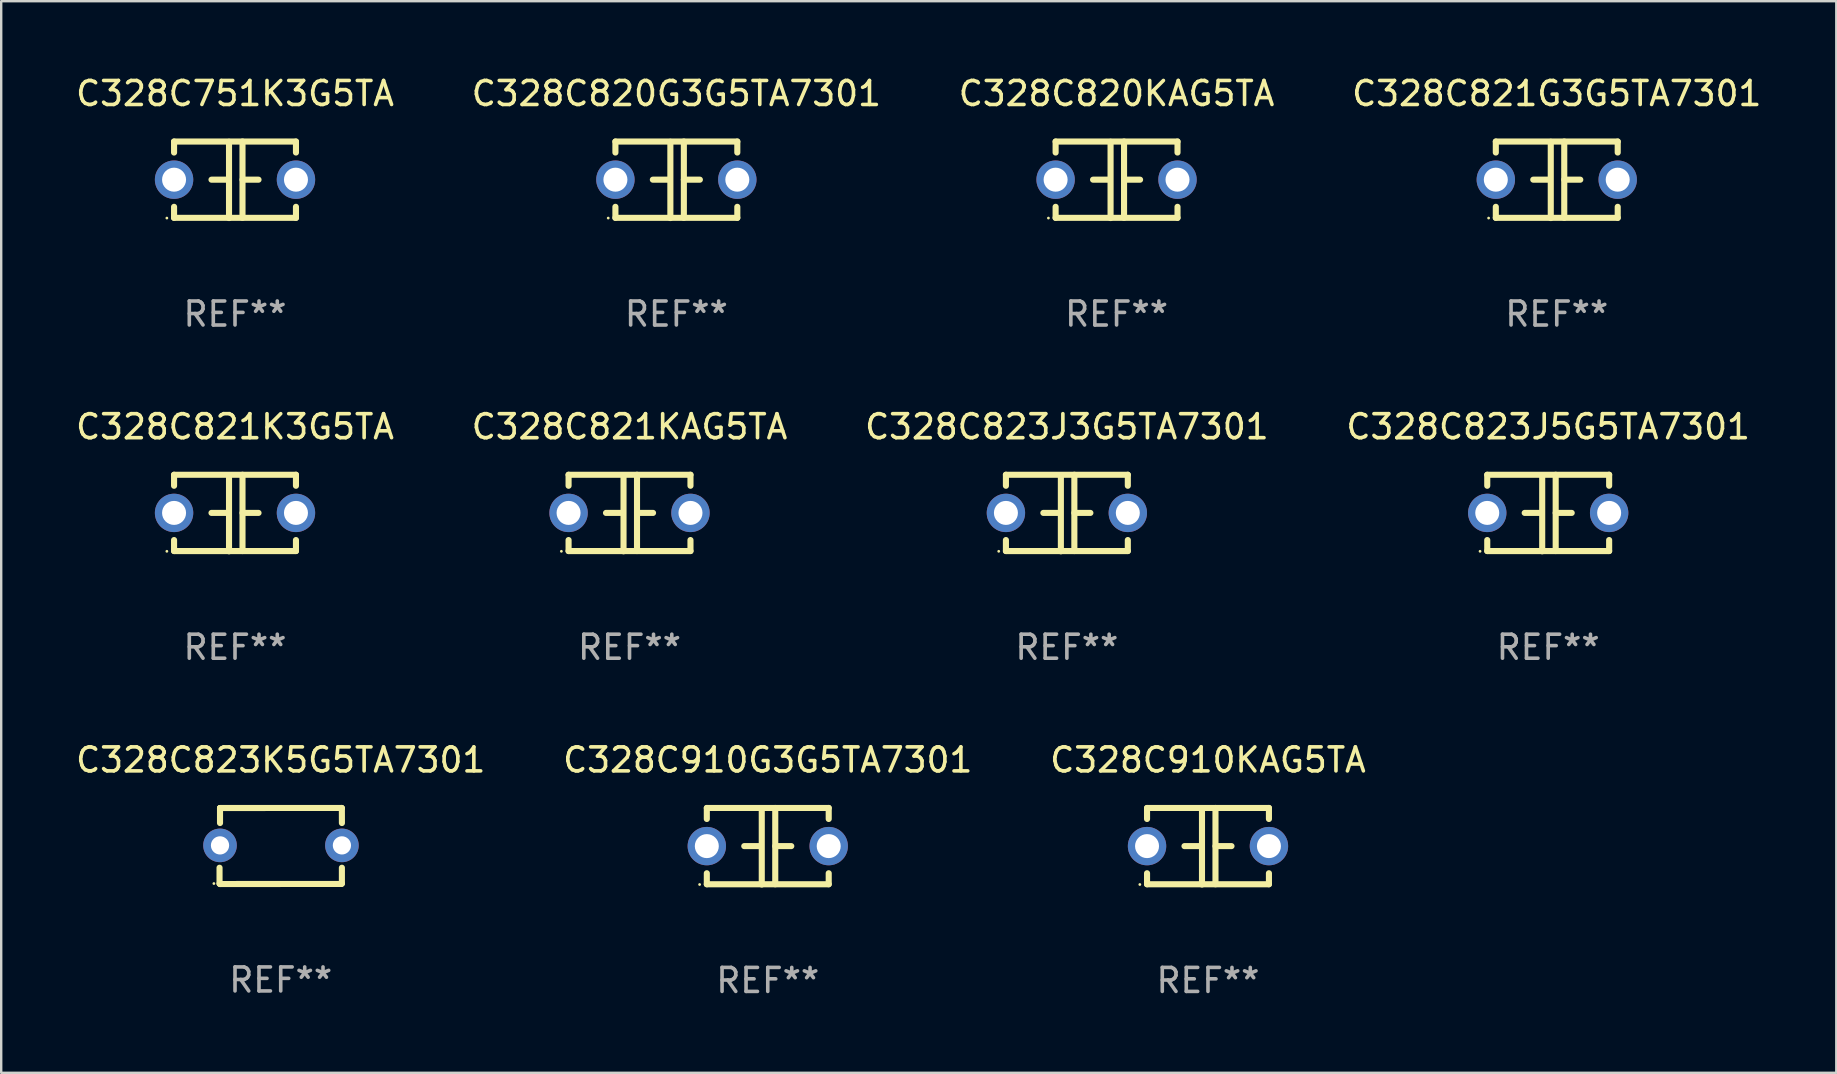
<source format=kicad_pcb>
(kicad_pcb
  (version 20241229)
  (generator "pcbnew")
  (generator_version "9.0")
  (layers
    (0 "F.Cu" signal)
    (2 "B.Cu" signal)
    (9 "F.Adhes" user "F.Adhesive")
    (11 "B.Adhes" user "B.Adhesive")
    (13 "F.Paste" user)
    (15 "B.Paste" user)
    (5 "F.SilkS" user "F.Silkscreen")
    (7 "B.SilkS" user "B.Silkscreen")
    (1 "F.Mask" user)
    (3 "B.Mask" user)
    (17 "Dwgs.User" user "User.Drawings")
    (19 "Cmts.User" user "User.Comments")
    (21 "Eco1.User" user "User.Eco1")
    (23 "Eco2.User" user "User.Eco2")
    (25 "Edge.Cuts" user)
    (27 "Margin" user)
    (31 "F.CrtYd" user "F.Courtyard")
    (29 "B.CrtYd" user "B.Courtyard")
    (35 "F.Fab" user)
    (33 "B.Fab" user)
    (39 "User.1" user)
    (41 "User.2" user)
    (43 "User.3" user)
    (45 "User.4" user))
  (footprint "C328C820KAG5TA"
    (layer "F.Cu")
    (at 43.482 4.443)
    (property "Reference" "C328C820KAG5TA" (at 0 -3.595 0) (layer "F.SilkS") (effects (font (size 1 1) (thickness 0.15))))
    (attr through_hole)
    (fp_line (start -2.54 -1.595) (end -2.54 -1.136) (stroke (width 0.254) (type solid)) (layer "F.SilkS"))
    (fp_line (start -2.54 -1.595) (end 2.54 -1.595) (stroke (width 0.254) (type solid)) (layer "F.SilkS"))
    (fp_line (start -2.54 1.126) (end -2.54 1.585) (stroke (width 0.254) (type solid)) (layer "F.SilkS"))
    (fp_line (start -0.312 -0.005) (end -0.98 -0.005) (stroke (width 0.254) (type solid)) (layer "F.SilkS"))
    (fp_line (start -0.25 -1.585) (end -0.25 1.595) (stroke (width 0.254) (type solid)) (layer "F.SilkS"))
    (fp_line (start 0.312 -1.595) (end 0.312 1.585) (stroke (width 0.254) (type solid)) (layer "F.SilkS"))
    (fp_line (start 0.312 -0.005) (end 0.98 -0.005) (stroke (width 0.254) (type solid)) (layer "F.SilkS"))
    (fp_line (start 2.54 -1.595) (end 2.54 -1.136) (stroke (width 0.254) (type solid)) (layer "F.SilkS"))
    (fp_line (start 2.54 1.126) (end 2.54 1.585) (stroke (width 0.254) (type solid)) (layer "F.SilkS"))
    (fp_line (start 2.54 1.585) (end -2.54 1.585) (stroke (width 0.254) (type solid)) (layer "F.SilkS"))
    (fp_circle (center -2.84 1.595) (end -2.81 1.595) (stroke (width 0.06) (type solid)) (fill no) (layer "F.SilkS"))
    (fp_text user "REF**" (at 0 5.595 0) (layer "F.Fab") (effects (font (size 1 1) (thickness 0.15))))
    (pad "1" thru_hole circle (at -2.54 -0.005) (size 1.6 1.6) (drill 1) (layers "*.Cu" "*.Mask"))
    (pad "2" thru_hole circle (at 2.54 -0.005) (size 1.6 1.6) (drill 1) (layers "*.Cu" "*.Mask")))
  (footprint "C328C823J3G5TA7301"
    (layer "F.Cu")
    (at 41.411 18.33)
    (property "Reference" "C328C823J3G5TA7301" (at 0 -3.595 0) (layer "F.SilkS") (effects (font (size 1 1) (thickness 0.15))))
    (attr through_hole)
    (fp_line (start -2.54 -1.595) (end -2.54 -1.136) (stroke (width 0.254) (type solid)) (layer "F.SilkS"))
    (fp_line (start -2.54 -1.595) (end 2.54 -1.595) (stroke (width 0.254) (type solid)) (layer "F.SilkS"))
    (fp_line (start -2.54 1.126) (end -2.54 1.585) (stroke (width 0.254) (type solid)) (layer "F.SilkS"))
    (fp_line (start -0.312 -0.005) (end -0.98 -0.005) (stroke (width 0.254) (type solid)) (layer "F.SilkS"))
    (fp_line (start -0.25 -1.585) (end -0.25 1.595) (stroke (width 0.254) (type solid)) (layer "F.SilkS"))
    (fp_line (start 0.312 -1.595) (end 0.312 1.585) (stroke (width 0.254) (type solid)) (layer "F.SilkS"))
    (fp_line (start 0.312 -0.005) (end 0.98 -0.005) (stroke (width 0.254) (type solid)) (layer "F.SilkS"))
    (fp_line (start 2.54 -1.595) (end 2.54 -1.136) (stroke (width 0.254) (type solid)) (layer "F.SilkS"))
    (fp_line (start 2.54 1.126) (end 2.54 1.585) (stroke (width 0.254) (type solid)) (layer "F.SilkS"))
    (fp_line (start 2.54 1.585) (end -2.54 1.585) (stroke (width 0.254) (type solid)) (layer "F.SilkS"))
    (fp_circle (center -2.84 1.595) (end -2.81 1.595) (stroke (width 0.06) (type solid)) (fill no) (layer "F.SilkS"))
    (fp_text user "REF**" (at 0 5.595 0) (layer "F.Fab") (effects (font (size 1 1) (thickness 0.15))))
    (pad "1" thru_hole circle (at -2.54 -0.005) (size 1.6 1.6) (drill 1) (layers "*.Cu" "*.Mask"))
    (pad "2" thru_hole circle (at 2.54 -0.005) (size 1.6 1.6) (drill 1) (layers "*.Cu" "*.Mask")))
  (footprint "C328C821KAG5TA"
    (layer "F.Cu")
    (at 23.185 18.33)
    (property "Reference" "C328C821KAG5TA" (at 0 -3.595 0) (layer "F.SilkS") (effects (font (size 1 1) (thickness 0.15))))
    (attr through_hole)
    (fp_line (start -2.54 -1.595) (end -2.54 -1.136) (stroke (width 0.254) (type solid)) (layer "F.SilkS"))
    (fp_line (start -2.54 -1.595) (end 2.54 -1.595) (stroke (width 0.254) (type solid)) (layer "F.SilkS"))
    (fp_line (start -2.54 1.126) (end -2.54 1.585) (stroke (width 0.254) (type solid)) (layer "F.SilkS"))
    (fp_line (start -0.312 -0.005) (end -0.98 -0.005) (stroke (width 0.254) (type solid)) (layer "F.SilkS"))
    (fp_line (start -0.25 -1.585) (end -0.25 1.595) (stroke (width 0.254) (type solid)) (layer "F.SilkS"))
    (fp_line (start 0.312 -1.595) (end 0.312 1.585) (stroke (width 0.254) (type solid)) (layer "F.SilkS"))
    (fp_line (start 0.312 -0.005) (end 0.98 -0.005) (stroke (width 0.254) (type solid)) (layer "F.SilkS"))
    (fp_line (start 2.54 -1.595) (end 2.54 -1.136) (stroke (width 0.254) (type solid)) (layer "F.SilkS"))
    (fp_line (start 2.54 1.126) (end 2.54 1.585) (stroke (width 0.254) (type solid)) (layer "F.SilkS"))
    (fp_line (start 2.54 1.585) (end -2.54 1.585) (stroke (width 0.254) (type solid)) (layer "F.SilkS"))
    (fp_circle (center -2.84 1.595) (end -2.81 1.595) (stroke (width 0.06) (type solid)) (fill no) (layer "F.SilkS"))
    (fp_text user "REF**" (at 0 5.595 0) (layer "F.Fab") (effects (font (size 1 1) (thickness 0.15))))
    (pad "1" thru_hole circle (at -2.54 -0.005) (size 1.6 1.6) (drill 1) (layers "*.Cu" "*.Mask"))
    (pad "2" thru_hole circle (at 2.54 -0.005) (size 1.6 1.6) (drill 1) (layers "*.Cu" "*.Mask")))
  (footprint "C328C820G3G5TA7301"
    (layer "F.Cu")
    (at 25.137 4.443)
    (property "Reference" "C328C820G3G5TA7301" (at 0 -3.595 0) (layer "F.SilkS") (effects (font (size 1 1) (thickness 0.15))))
    (attr through_hole)
    (fp_line (start -2.54 -1.595) (end -2.54 -1.136) (stroke (width 0.254) (type solid)) (layer "F.SilkS"))
    (fp_line (start -2.54 -1.595) (end 2.54 -1.595) (stroke (width 0.254) (type solid)) (layer "F.SilkS"))
    (fp_line (start -2.54 1.126) (end -2.54 1.585) (stroke (width 0.254) (type solid)) (layer "F.SilkS"))
    (fp_line (start -0.312 -0.005) (end -0.98 -0.005) (stroke (width 0.254) (type solid)) (layer "F.SilkS"))
    (fp_line (start -0.25 -1.585) (end -0.25 1.595) (stroke (width 0.254) (type solid)) (layer "F.SilkS"))
    (fp_line (start 0.312 -1.595) (end 0.312 1.585) (stroke (width 0.254) (type solid)) (layer "F.SilkS"))
    (fp_line (start 0.312 -0.005) (end 0.98 -0.005) (stroke (width 0.254) (type solid)) (layer "F.SilkS"))
    (fp_line (start 2.54 -1.595) (end 2.54 -1.136) (stroke (width 0.254) (type solid)) (layer "F.SilkS"))
    (fp_line (start 2.54 1.126) (end 2.54 1.585) (stroke (width 0.254) (type solid)) (layer "F.SilkS"))
    (fp_line (start 2.54 1.585) (end -2.54 1.585) (stroke (width 0.254) (type solid)) (layer "F.SilkS"))
    (fp_circle (center -2.84 1.595) (end -2.81 1.595) (stroke (width 0.06) (type solid)) (fill no) (layer "F.SilkS"))
    (fp_text user "REF**" (at 0 5.595 0) (layer "F.Fab") (effects (font (size 1 1) (thickness 0.15))))
    (pad "1" thru_hole circle (at -2.54 -0.005) (size 1.6 1.6) (drill 1) (layers "*.Cu" "*.Mask"))
    (pad "2" thru_hole circle (at 2.54 -0.005) (size 1.6 1.6) (drill 1) (layers "*.Cu" "*.Mask")))
  (footprint "C328C751K3G5TA"
    (layer "F.Cu")
    (at 6.744 4.443)
    (property "Reference" "C328C751K3G5TA" (at 0 -3.595 0) (layer "F.SilkS") (effects (font (size 1 1) (thickness 0.15))))
    (attr through_hole)
    (fp_line (start -2.54 -1.595) (end -2.54 -1.136) (stroke (width 0.254) (type solid)) (layer "F.SilkS"))
    (fp_line (start -2.54 -1.595) (end 2.54 -1.595) (stroke (width 0.254) (type solid)) (layer "F.SilkS"))
    (fp_line (start -2.54 1.126) (end -2.54 1.585) (stroke (width 0.254) (type solid)) (layer "F.SilkS"))
    (fp_line (start -0.312 -0.005) (end -0.98 -0.005) (stroke (width 0.254) (type solid)) (layer "F.SilkS"))
    (fp_line (start -0.25 -1.585) (end -0.25 1.595) (stroke (width 0.254) (type solid)) (layer "F.SilkS"))
    (fp_line (start 0.312 -1.595) (end 0.312 1.585) (stroke (width 0.254) (type solid)) (layer "F.SilkS"))
    (fp_line (start 0.312 -0.005) (end 0.98 -0.005) (stroke (width 0.254) (type solid)) (layer "F.SilkS"))
    (fp_line (start 2.54 -1.595) (end 2.54 -1.136) (stroke (width 0.254) (type solid)) (layer "F.SilkS"))
    (fp_line (start 2.54 1.126) (end 2.54 1.585) (stroke (width 0.254) (type solid)) (layer "F.SilkS"))
    (fp_line (start 2.54 1.585) (end -2.54 1.585) (stroke (width 0.254) (type solid)) (layer "F.SilkS"))
    (fp_circle (center -2.84 1.595) (end -2.81 1.595) (stroke (width 0.06) (type solid)) (fill no) (layer "F.SilkS"))
    (fp_text user "REF**" (at 0 5.595 0) (layer "F.Fab") (effects (font (size 1 1) (thickness 0.15))))
    (pad "1" thru_hole circle (at -2.54 -0.005) (size 1.6 1.6) (drill 1) (layers "*.Cu" "*.Mask"))
    (pad "2" thru_hole circle (at 2.54 -0.005) (size 1.6 1.6) (drill 1) (layers "*.Cu" "*.Mask")))
  (footprint "C328C821K3G5TA"
    (layer "F.Cu")
    (at 6.744 18.33)
    (property "Reference" "C328C821K3G5TA" (at 0 -3.595 0) (layer "F.SilkS") (effects (font (size 1 1) (thickness 0.15))))
    (attr through_hole)
    (fp_line (start -2.54 -1.595) (end -2.54 -1.136) (stroke (width 0.254) (type solid)) (layer "F.SilkS"))
    (fp_line (start -2.54 -1.595) (end 2.54 -1.595) (stroke (width 0.254) (type solid)) (layer "F.SilkS"))
    (fp_line (start -2.54 1.126) (end -2.54 1.585) (stroke (width 0.254) (type solid)) (layer "F.SilkS"))
    (fp_line (start -0.312 -0.005) (end -0.98 -0.005) (stroke (width 0.254) (type solid)) (layer "F.SilkS"))
    (fp_line (start -0.25 -1.585) (end -0.25 1.595) (stroke (width 0.254) (type solid)) (layer "F.SilkS"))
    (fp_line (start 0.312 -1.595) (end 0.312 1.585) (stroke (width 0.254) (type solid)) (layer "F.SilkS"))
    (fp_line (start 0.312 -0.005) (end 0.98 -0.005) (stroke (width 0.254) (type solid)) (layer "F.SilkS"))
    (fp_line (start 2.54 -1.595) (end 2.54 -1.136) (stroke (width 0.254) (type solid)) (layer "F.SilkS"))
    (fp_line (start 2.54 1.126) (end 2.54 1.585) (stroke (width 0.254) (type solid)) (layer "F.SilkS"))
    (fp_line (start 2.54 1.585) (end -2.54 1.585) (stroke (width 0.254) (type solid)) (layer "F.SilkS"))
    (fp_circle (center -2.84 1.595) (end -2.81 1.595) (stroke (width 0.06) (type solid)) (fill no) (layer "F.SilkS"))
    (fp_text user "REF**" (at 0 5.595 0) (layer "F.Fab") (effects (font (size 1 1) (thickness 0.15))))
    (pad "1" thru_hole circle (at -2.54 -0.005) (size 1.6 1.6) (drill 1) (layers "*.Cu" "*.Mask"))
    (pad "2" thru_hole circle (at 2.54 -0.005) (size 1.6 1.6) (drill 1) (layers "*.Cu" "*.Mask")))
  (footprint "C328C910G3G5TA7301"
    (layer "F.Cu")
    (at 28.946 32.216)
    (property "Reference" "C328C910G3G5TA7301" (at 0 -3.595 0) (layer "F.SilkS") (effects (font (size 1 1) (thickness 0.15))))
    (attr through_hole)
    (fp_line (start -2.54 -1.595) (end -2.54 -1.136) (stroke (width 0.254) (type solid)) (layer "F.SilkS"))
    (fp_line (start -2.54 -1.595) (end 2.54 -1.595) (stroke (width 0.254) (type solid)) (layer "F.SilkS"))
    (fp_line (start -2.54 1.126) (end -2.54 1.585) (stroke (width 0.254) (type solid)) (layer "F.SilkS"))
    (fp_line (start -0.312 -0.005) (end -0.98 -0.005) (stroke (width 0.254) (type solid)) (layer "F.SilkS"))
    (fp_line (start -0.25 -1.585) (end -0.25 1.595) (stroke (width 0.254) (type solid)) (layer "F.SilkS"))
    (fp_line (start 0.312 -1.595) (end 0.312 1.585) (stroke (width 0.254) (type solid)) (layer "F.SilkS"))
    (fp_line (start 0.312 -0.005) (end 0.98 -0.005) (stroke (width 0.254) (type solid)) (layer "F.SilkS"))
    (fp_line (start 2.54 -1.595) (end 2.54 -1.136) (stroke (width 0.254) (type solid)) (layer "F.SilkS"))
    (fp_line (start 2.54 1.126) (end 2.54 1.585) (stroke (width 0.254) (type solid)) (layer "F.SilkS"))
    (fp_line (start 2.54 1.585) (end -2.54 1.585) (stroke (width 0.254) (type solid)) (layer "F.SilkS"))
    (fp_circle (center -2.84 1.595) (end -2.81 1.595) (stroke (width 0.06) (type solid)) (fill no) (layer "F.SilkS"))
    (fp_text user "REF**" (at 0 5.595 0) (layer "F.Fab") (effects (font (size 1 1) (thickness 0.15))))
    (pad "1" thru_hole circle (at -2.54 -0.005) (size 1.6 1.6) (drill 1) (layers "*.Cu" "*.Mask"))
    (pad "2" thru_hole circle (at 2.54 -0.005) (size 1.6 1.6) (drill 1) (layers "*.Cu" "*.Mask")))
  (footprint "C328C821G3G5TA7301"
    (layer "F.Cu")
    (at 61.827 4.443)
    (property "Reference" "C328C821G3G5TA7301" (at 0 -3.595 0) (layer "F.SilkS") (effects (font (size 1 1) (thickness 0.15))))
    (attr through_hole)
    (fp_line (start -2.54 -1.595) (end -2.54 -1.136) (stroke (width 0.254) (type solid)) (layer "F.SilkS"))
    (fp_line (start -2.54 -1.595) (end 2.54 -1.595) (stroke (width 0.254) (type solid)) (layer "F.SilkS"))
    (fp_line (start -2.54 1.126) (end -2.54 1.585) (stroke (width 0.254) (type solid)) (layer "F.SilkS"))
    (fp_line (start -0.312 -0.005) (end -0.98 -0.005) (stroke (width 0.254) (type solid)) (layer "F.SilkS"))
    (fp_line (start -0.25 -1.585) (end -0.25 1.595) (stroke (width 0.254) (type solid)) (layer "F.SilkS"))
    (fp_line (start 0.312 -1.595) (end 0.312 1.585) (stroke (width 0.254) (type solid)) (layer "F.SilkS"))
    (fp_line (start 0.312 -0.005) (end 0.98 -0.005) (stroke (width 0.254) (type solid)) (layer "F.SilkS"))
    (fp_line (start 2.54 -1.595) (end 2.54 -1.136) (stroke (width 0.254) (type solid)) (layer "F.SilkS"))
    (fp_line (start 2.54 1.126) (end 2.54 1.585) (stroke (width 0.254) (type solid)) (layer "F.SilkS"))
    (fp_line (start 2.54 1.585) (end -2.54 1.585) (stroke (width 0.254) (type solid)) (layer "F.SilkS"))
    (fp_circle (center -2.84 1.595) (end -2.81 1.595) (stroke (width 0.06) (type solid)) (fill no) (layer "F.SilkS"))
    (fp_text user "REF**" (at 0 5.595 0) (layer "F.Fab") (effects (font (size 1 1) (thickness 0.15))))
    (pad "1" thru_hole circle (at -2.54 -0.005) (size 1.6 1.6) (drill 1) (layers "*.Cu" "*.Mask"))
    (pad "2" thru_hole circle (at 2.54 -0.005) (size 1.6 1.6) (drill 1) (layers "*.Cu" "*.Mask")))
  (footprint "C328C823J5G5TA7301"
    (layer "F.Cu")
    (at 61.47 18.33)
    (property "Reference" "C328C823J5G5TA7301" (at 0 -3.595 0) (layer "F.SilkS") (effects (font (size 1 1) (thickness 0.15))))
    (attr through_hole)
    (fp_line (start -2.54 -1.595) (end -2.54 -1.136) (stroke (width 0.254) (type solid)) (layer "F.SilkS"))
    (fp_line (start -2.54 -1.595) (end 2.54 -1.595) (stroke (width 0.254) (type solid)) (layer "F.SilkS"))
    (fp_line (start -2.54 1.126) (end -2.54 1.585) (stroke (width 0.254) (type solid)) (layer "F.SilkS"))
    (fp_line (start -0.312 -0.005) (end -0.98 -0.005) (stroke (width 0.254) (type solid)) (layer "F.SilkS"))
    (fp_line (start -0.25 -1.585) (end -0.25 1.595) (stroke (width 0.254) (type solid)) (layer "F.SilkS"))
    (fp_line (start 0.312 -1.595) (end 0.312 1.585) (stroke (width 0.254) (type solid)) (layer "F.SilkS"))
    (fp_line (start 0.312 -0.005) (end 0.98 -0.005) (stroke (width 0.254) (type solid)) (layer "F.SilkS"))
    (fp_line (start 2.54 -1.595) (end 2.54 -1.136) (stroke (width 0.254) (type solid)) (layer "F.SilkS"))
    (fp_line (start 2.54 1.126) (end 2.54 1.585) (stroke (width 0.254) (type solid)) (layer "F.SilkS"))
    (fp_line (start 2.54 1.585) (end -2.54 1.585) (stroke (width 0.254) (type solid)) (layer "F.SilkS"))
    (fp_circle (center -2.84 1.595) (end -2.81 1.595) (stroke (width 0.06) (type solid)) (fill no) (layer "F.SilkS"))
    (fp_text user "REF**" (at 0 5.595 0) (layer "F.Fab") (effects (font (size 1 1) (thickness 0.15))))
    (pad "1" thru_hole circle (at -2.54 -0.005) (size 1.6 1.6) (drill 1) (layers "*.Cu" "*.Mask"))
    (pad "2" thru_hole circle (at 2.54 -0.005) (size 1.6 1.6) (drill 1) (layers "*.Cu" "*.Mask")))
  (footprint "C328C910KAG5TA"
    (layer "F.Cu")
    (at 47.292 32.216)
    (property "Reference" "C328C910KAG5TA" (at 0 -3.595 0) (layer "F.SilkS") (effects (font (size 1 1) (thickness 0.15))))
    (attr through_hole)
    (fp_line (start -2.54 -1.595) (end -2.54 -1.136) (stroke (width 0.254) (type solid)) (layer "F.SilkS"))
    (fp_line (start -2.54 -1.595) (end 2.54 -1.595) (stroke (width 0.254) (type solid)) (layer "F.SilkS"))
    (fp_line (start -2.54 1.126) (end -2.54 1.585) (stroke (width 0.254) (type solid)) (layer "F.SilkS"))
    (fp_line (start -0.312 -0.005) (end -0.98 -0.005) (stroke (width 0.254) (type solid)) (layer "F.SilkS"))
    (fp_line (start -0.25 -1.585) (end -0.25 1.595) (stroke (width 0.254) (type solid)) (layer "F.SilkS"))
    (fp_line (start 0.312 -1.595) (end 0.312 1.585) (stroke (width 0.254) (type solid)) (layer "F.SilkS"))
    (fp_line (start 0.312 -0.005) (end 0.98 -0.005) (stroke (width 0.254) (type solid)) (layer "F.SilkS"))
    (fp_line (start 2.54 -1.595) (end 2.54 -1.136) (stroke (width 0.254) (type solid)) (layer "F.SilkS"))
    (fp_line (start 2.54 1.126) (end 2.54 1.585) (stroke (width 0.254) (type solid)) (layer "F.SilkS"))
    (fp_line (start 2.54 1.585) (end -2.54 1.585) (stroke (width 0.254) (type solid)) (layer "F.SilkS"))
    (fp_circle (center -2.84 1.595) (end -2.81 1.595) (stroke (width 0.06) (type solid)) (fill no) (layer "F.SilkS"))
    (fp_text user "REF**" (at 0 5.595 0) (layer "F.Fab") (effects (font (size 1 1) (thickness 0.15))))
    (pad "1" thru_hole circle (at -2.54 -0.005) (size 1.6 1.6) (drill 1) (layers "*.Cu" "*.Mask"))
    (pad "2" thru_hole circle (at 2.54 -0.005) (size 1.6 1.6) (drill 1) (layers "*.Cu" "*.Mask")))
  (footprint "C328C823K5G5TA7301"
    (layer "F.Cu")
    (at 8.649 32.206)
    (property "Reference" "C328C823K5G5TA7301" (at 0 -3.585 0) (layer "F.SilkS") (effects (font (size 1 1) (thickness 0.15))))
    (attr through_hole)
    (fp_line (start -2.55 1.566) (end -2.55 0.906) (stroke (width 0.254) (type solid)) (layer "F.SilkS"))
    (fp_line (start -2.531 1.585) (end -2.55 1.566) (stroke (width 0.254) (type solid)) (layer "F.SilkS"))
    (fp_line (start -2.53 -1.577) (end -2.53 -1.577) (stroke (width 0.254) (type solid)) (layer "F.SilkS"))
    (fp_line (start -2.53 -1.577) (end -2.528 -1.583) (stroke (width 0.254) (type solid)) (layer "F.SilkS"))
    (fp_line (start -2.53 -0.957) (end -2.53 -1.577) (stroke (width 0.254) (type solid)) (layer "F.SilkS"))
    (fp_line (start -2.528 -1.583) (end 2.54 -1.585) (stroke (width 0.254) (type solid)) (layer "F.SilkS"))
    (fp_line (start 2.524 1.582) (end -2.531 1.585) (stroke (width 0.254) (type solid)) (layer "F.SilkS"))
    (fp_line (start 2.54 -1.585) (end 2.548 -1.575) (stroke (width 0.254) (type solid)) (layer "F.SilkS"))
    (fp_line (start 2.548 -1.575) (end 2.55 -0.957) (stroke (width 0.254) (type solid)) (layer "F.SilkS"))
    (fp_line (start 2.549 0.906) (end 2.549 1.566) (stroke (width 0.254) (type solid)) (layer "F.SilkS"))
    (fp_line (start 2.549 1.566) (end 2.524 1.582) (stroke (width 0.254) (type solid)) (layer "F.SilkS"))
    (fp_circle (center -2.785 1.565) (end -2.755 1.565) (stroke (width 0.06) (type solid)) (fill no) (layer "F.SilkS"))
    (fp_text user "REF**" (at 0 5.585 0) (layer "F.Fab") (effects (font (size 1 1) (thickness 0.15))))
    (pad "1" thru_hole circle (at -2.53 -0.025) (size 1.4 1.4) (drill 0.76) (layers "*.Cu" "*.Mask"))
    (pad "2" thru_hole circle (at 2.55 -0.025) (size 1.4 1.4) (drill 0.76) (layers "*.Cu" "*.Mask")))
  (gr_rect
    (start -3 -3)
    (end 73.476 41.659)
    (stroke (width 0.1) (type default))
    (fill no)
    (layer "Edge.Cuts")))
</source>
